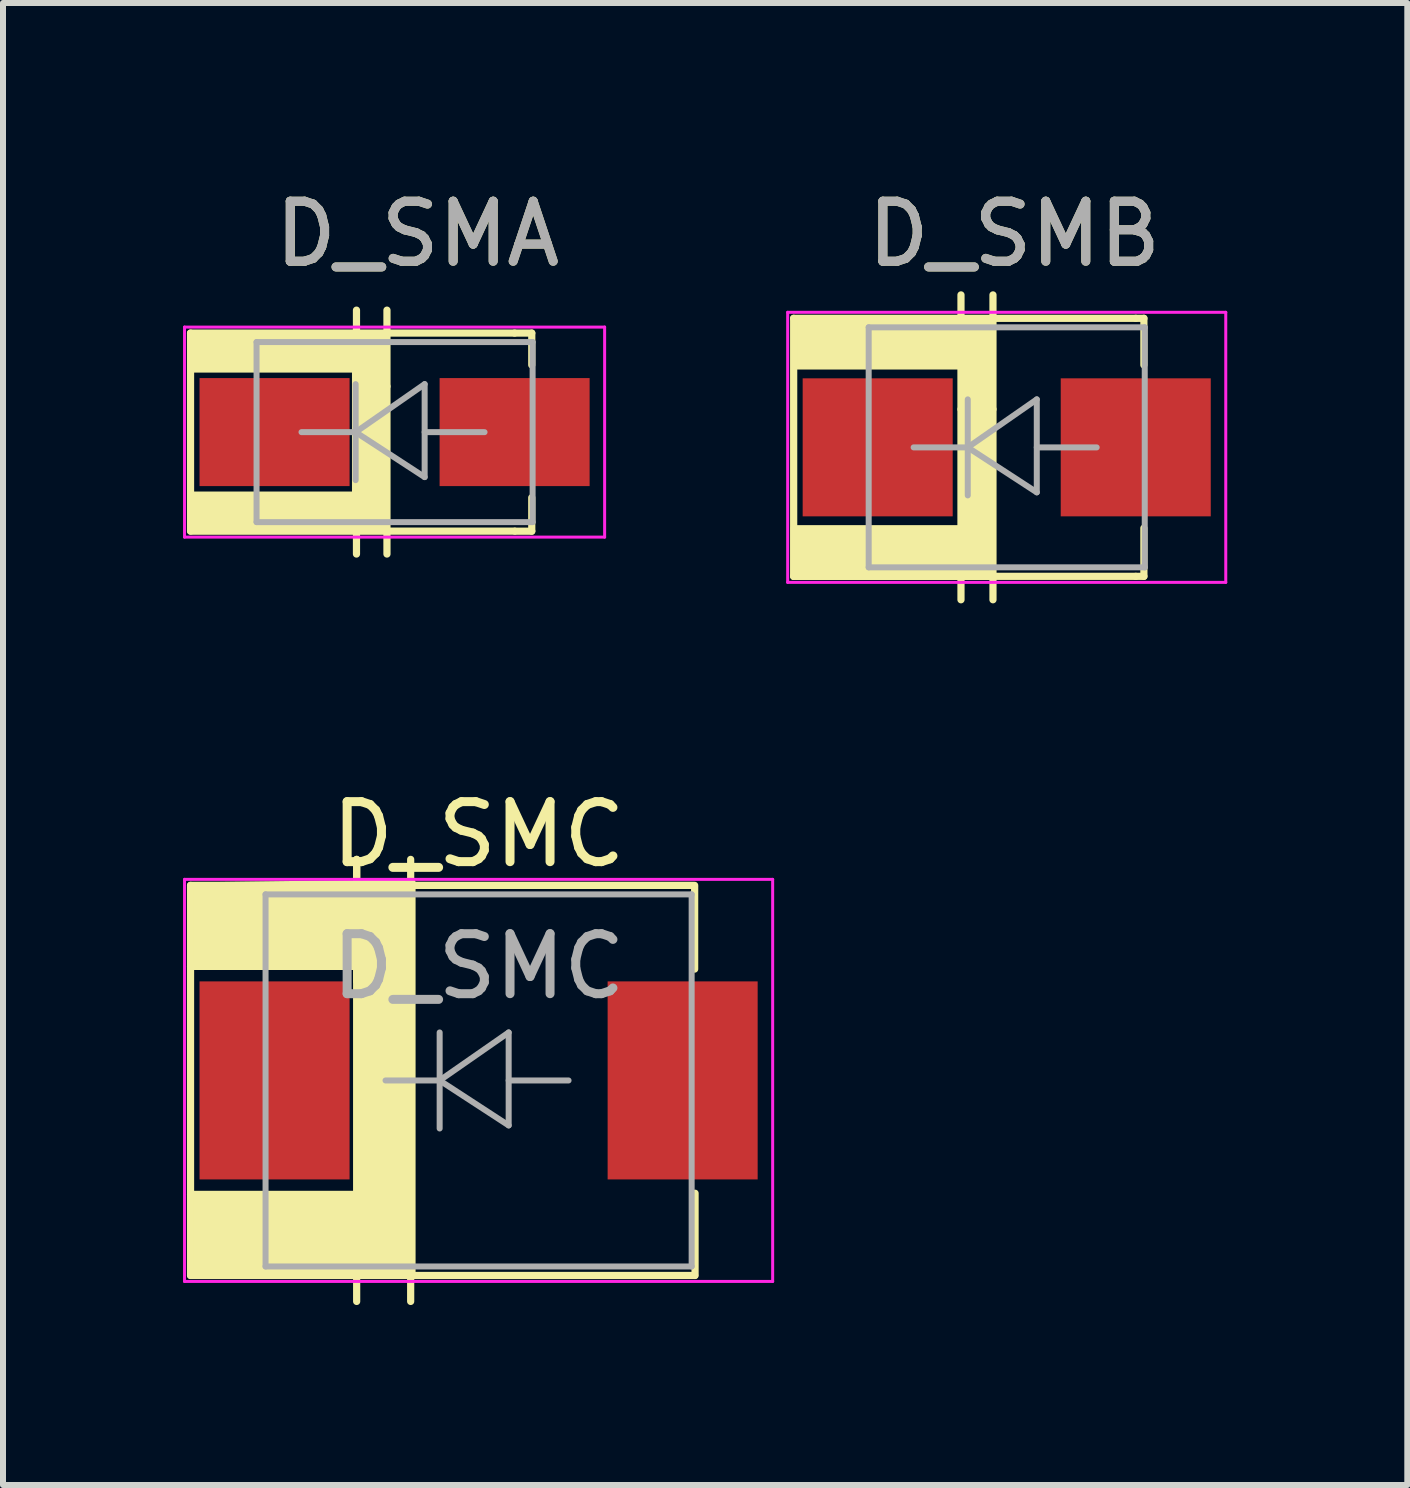
<source format=kicad_pcb>
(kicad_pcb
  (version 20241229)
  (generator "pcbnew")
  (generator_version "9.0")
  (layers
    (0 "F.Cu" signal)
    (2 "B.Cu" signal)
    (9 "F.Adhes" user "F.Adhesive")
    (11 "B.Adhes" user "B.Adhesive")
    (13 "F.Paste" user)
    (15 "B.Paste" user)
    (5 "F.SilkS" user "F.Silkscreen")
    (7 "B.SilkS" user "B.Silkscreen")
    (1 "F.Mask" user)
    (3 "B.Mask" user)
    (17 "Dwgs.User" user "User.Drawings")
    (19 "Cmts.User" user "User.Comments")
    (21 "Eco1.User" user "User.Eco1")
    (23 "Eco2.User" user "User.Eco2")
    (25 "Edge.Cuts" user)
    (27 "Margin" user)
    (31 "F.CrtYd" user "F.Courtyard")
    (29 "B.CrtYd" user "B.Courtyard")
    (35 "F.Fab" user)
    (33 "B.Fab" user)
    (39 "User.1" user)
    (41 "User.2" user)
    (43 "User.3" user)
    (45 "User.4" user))
  (footprint "D_SMA"
    (layer "F.Cu")
    (at 3.525 4.15)
    (property "Reference" "D_SMA" (at 0.381 -3.302 0) (layer "F.SilkS") (effects (font (size 1 1) (thickness 0.15))))
    (attr smd)
    (fp_line (start -3.4 -1.65) (end -3.4 1.65) (stroke (width 0.12) (type solid)) (layer "F.SilkS"))
    (fp_line (start -3.4 -1.65) (end 2 -1.65) (stroke (width 0.12) (type solid)) (layer "F.SilkS"))
    (fp_line (start -3.4 1.65) (end 2 1.65) (stroke (width 0.12) (type solid)) (layer "F.SilkS"))
    (fp_line (start -0.635 -0.762) (end -0.635 -2.032) (stroke (width 0.12) (type solid)) (layer "F.SilkS"))
    (fp_line (start -0.635 -0.762) (end -0.635 2.032) (stroke (width 0.12) (type solid)) (layer "F.SilkS"))
    (fp_line (start -0.127 -0.762) (end -0.127 -2.032) (stroke (width 0.12) (type solid)) (layer "F.SilkS"))
    (fp_line (start -0.127 -0.762) (end -0.127 2.032) (stroke (width 0.12) (type solid)) (layer "F.SilkS"))
    (fp_line (start 2 -1.65) (end 2.286 -1.65) (stroke (width 0.12) (type solid)) (layer "F.SilkS"))
    (fp_line (start 2.007 1.651) (end 2.286 1.651) (stroke (width 0.12) (type solid)) (layer "F.SilkS"))
    (fp_line (start 2.286 -1.65) (end 2.286 -1.118) (stroke (width 0.12) (type solid)) (layer "F.SilkS"))
    (fp_line (start 2.286 1.651) (end 2.286 1.092) (stroke (width 0.12) (type solid)) (layer "F.SilkS"))
    (fp_poly (pts (xy -3.15 1.041) (xy -0.66 1.041) (xy -0.66 -1.041) (xy -3.404 -1.041) (xy -3.404 -1.651) (xy -0.127 -1.651) (xy -0.127 1.651) (xy -3.378 1.651) (xy -3.378 1.041)) (stroke (width 0.1) (type solid)) (fill yes) (layer "F.SilkS"))
    (fp_line (start -3.5 -1.75) (end 3.5 -1.75) (stroke (width 0.05) (type solid)) (layer "F.CrtYd"))
    (fp_line (start -3.5 1.75) (end -3.5 -1.75) (stroke (width 0.05) (type solid)) (layer "F.CrtYd"))
    (fp_line (start 3.5 -1.75) (end 3.5 1.75) (stroke (width 0.05) (type solid)) (layer "F.CrtYd"))
    (fp_line (start 3.5 1.75) (end -3.5 1.75) (stroke (width 0.05) (type solid)) (layer "F.CrtYd"))
    (fp_line (start -2.3 1.5) (end -2.3 -1.5) (stroke (width 0.1) (type solid)) (layer "F.Fab"))
    (fp_line (start -0.649 -0.799) (end -0.649 0.801) (stroke (width 0.1) (type solid)) (layer "F.Fab"))
    (fp_line (start -0.649 0.001) (end -1.551 0.001) (stroke (width 0.1) (type solid)) (layer "F.Fab"))
    (fp_line (start -0.649 0.001) (end 0.501 -0.799) (stroke (width 0.1) (type solid)) (layer "F.Fab"))
    (fp_line (start -0.649 0.001) (end 0.501 0.75) (stroke (width 0.1) (type solid)) (layer "F.Fab"))
    (fp_line (start 0.501 0.001) (end 1.499 0.001) (stroke (width 0.1) (type solid)) (layer "F.Fab"))
    (fp_line (start 0.501 0.75) (end 0.501 -0.799) (stroke (width 0.1) (type solid)) (layer "F.Fab"))
    (fp_line (start 2.3 -1.5) (end -2.3 -1.5) (stroke (width 0.1) (type solid)) (layer "F.Fab"))
    (fp_line (start 2.3 -1.5) (end 2.3 1.5) (stroke (width 0.1) (type solid)) (layer "F.Fab"))
    (fp_line (start 2.3 1.5) (end -2.3 1.5) (stroke (width 0.1) (type solid)) (layer "F.Fab"))
    (fp_text user "${REFERENCE}" (at 0.381 -3.302 0) (layer "F.Fab") (effects (font (size 1 1) (thickness 0.15))))
    (pad "1" smd rect (at -2 0) (size 2.5 1.8) (layers "F.Cu" "F.Mask" "F.Paste"))
    (pad "2" smd rect (at 2 0) (size 2.5 1.8) (layers "F.Cu" "F.Mask" "F.Paste")))
  (footprint "D_SMC"
    (layer "F.Cu")
    (at 4.925 14.953)
    (property "Reference" "D_SMC" (at 0 -4.1 0) (layer "F.SilkS") (effects (font (size 1 1) (thickness 0.15))))
    (attr smd)
    (fp_line (start -4.8 -3.25) (end 3.6 -3.25) (stroke (width 0.12) (type solid)) (layer "F.SilkS"))
    (fp_line (start -4.8 -1.9) (end -2 -1.9) (stroke (width 0.12) (type solid)) (layer "F.SilkS"))
    (fp_line (start -4.8 1.9) (end -2 1.9) (stroke (width 0.12) (type solid)) (layer "F.SilkS"))
    (fp_line (start -4.8 3.25) (end -4.8 -3.25) (stroke (width 0.12) (type solid)) (layer "F.SilkS"))
    (fp_line (start -4.8 3.25) (end 3.6 3.25) (stroke (width 0.12) (type solid)) (layer "F.SilkS"))
    (fp_line (start -2.032 -3.683) (end -2.032 3.683) (stroke (width 0.12) (type solid)) (layer "F.SilkS"))
    (fp_line (start -2.032 -1.651) (end -2.032 -3.683) (stroke (width 0.12) (type solid)) (layer "F.SilkS"))
    (fp_line (start -1.132 -3.683) (end -1.132 3.683) (stroke (width 0.12) (type solid)) (layer "F.SilkS"))
    (fp_line (start 3.6 -3.227) (end 3.6 -1.855) (stroke (width 0.12) (type solid)) (layer "F.SilkS"))
    (fp_line (start 3.607 3.251) (end 3.607 1.88) (stroke (width 0.12) (type solid)) (layer "F.SilkS"))
    (fp_poly (pts (xy -4.8 1.9) (xy -2 1.9) (xy -2 -1.9) (xy -4.8 -1.9) (xy -4.8 -3.25) (xy -1.1 -3.3) (xy -1.1 3.2) (xy -4.8 3.2)) (stroke (width 0.1) (type solid)) (fill yes) (layer "F.SilkS"))
    (fp_line (start -4.9 -3.35) (end 4.9 -3.35) (stroke (width 0.05) (type solid)) (layer "F.CrtYd"))
    (fp_line (start -4.9 3.35) (end -4.9 -3.35) (stroke (width 0.05) (type solid)) (layer "F.CrtYd"))
    (fp_line (start 4.9 -3.35) (end 4.9 3.35) (stroke (width 0.05) (type solid)) (layer "F.CrtYd"))
    (fp_line (start 4.9 3.35) (end -4.9 3.35) (stroke (width 0.05) (type solid)) (layer "F.CrtYd"))
    (fp_line (start -3.55 3.1) (end -3.55 -3.1) (stroke (width 0.1) (type solid)) (layer "F.Fab"))
    (fp_line (start -0.649 -0.799) (end -0.649 0.801) (stroke (width 0.1) (type solid)) (layer "F.Fab"))
    (fp_line (start -0.649 0.001) (end -1.551 0.001) (stroke (width 0.1) (type solid)) (layer "F.Fab"))
    (fp_line (start -0.649 0.001) (end 0.501 -0.799) (stroke (width 0.1) (type solid)) (layer "F.Fab"))
    (fp_line (start -0.649 0.001) (end 0.501 0.75) (stroke (width 0.1) (type solid)) (layer "F.Fab"))
    (fp_line (start 0.501 0.001) (end 1.499 0.001) (stroke (width 0.1) (type solid)) (layer "F.Fab"))
    (fp_line (start 0.501 0.75) (end 0.501 -0.799) (stroke (width 0.1) (type solid)) (layer "F.Fab"))
    (fp_line (start 3.55 -3.1) (end -3.55 -3.1) (stroke (width 0.1) (type solid)) (layer "F.Fab"))
    (fp_line (start 3.55 -3.1) (end 3.55 3.1) (stroke (width 0.1) (type solid)) (layer "F.Fab"))
    (fp_line (start 3.55 3.1) (end -3.55 3.1) (stroke (width 0.1) (type solid)) (layer "F.Fab"))
    (fp_text user "${REFERENCE}" (at 0 -1.9 0) (layer "F.Fab") (effects (font (size 1 1) (thickness 0.15))))
    (pad "1" smd rect (at -3.4 0 90) (size 3.3 2.5) (layers "F.Cu" "F.Mask" "F.Paste"))
    (pad "2" smd rect (at 3.4 0 90) (size 3.3 2.5) (layers "F.Cu" "F.Mask" "F.Paste")))
  (footprint "D_SMB"
    (layer "F.Cu")
    (at 13.725 4.404)
    (property "Reference" "D_SMB" (at 0.127 -3.556 0) (layer "F.SilkS") (effects (font (size 1 1) (thickness 0.15))))
    (attr smd)
    (fp_line (start -3.55 -2.15) (end -3.55 2.15) (stroke (width 0.12) (type solid)) (layer "F.SilkS"))
    (fp_line (start -3.55 -2.15) (end 2.15 -2.15) (stroke (width 0.12) (type solid)) (layer "F.SilkS"))
    (fp_line (start -3.55 2.15) (end 2.15 2.15) (stroke (width 0.12) (type solid)) (layer "F.SilkS"))
    (fp_line (start -0.762 -0.635) (end -0.762 -2.54) (stroke (width 0.12) (type solid)) (layer "F.SilkS"))
    (fp_line (start -0.762 -0.635) (end -0.762 2.54) (stroke (width 0.12) (type solid)) (layer "F.SilkS"))
    (fp_line (start -0.229 -0.635) (end -0.229 -2.54) (stroke (width 0.12) (type solid)) (layer "F.SilkS"))
    (fp_line (start -0.229 -0.635) (end -0.229 2.54) (stroke (width 0.12) (type solid)) (layer "F.SilkS"))
    (fp_line (start 2.15 -2.15) (end 2.286 -2.15) (stroke (width 0.12) (type solid)) (layer "F.SilkS"))
    (fp_line (start 2.15 2.15) (end 2.286 2.15) (stroke (width 0.12) (type solid)) (layer "F.SilkS"))
    (fp_line (start 2.286 -2.15) (end 2.286 -1.372) (stroke (width 0.12) (type solid)) (layer "F.SilkS"))
    (fp_line (start 2.286 2.15) (end 2.286 1.346) (stroke (width 0.12) (type solid)) (layer "F.SilkS"))
    (fp_poly (pts (xy -3.327 1.346) (xy -0.762 1.346) (xy -0.762 -1.346) (xy -3.531 -1.346) (xy -3.531 -2.15) (xy -0.229 -2.15) (xy -0.229 2.159) (xy -3.55 2.159) (xy -3.55 1.346)) (stroke (width 0.1) (type solid)) (fill yes) (layer "F.SilkS"))
    (fp_line (start -3.65 -2.25) (end 3.65 -2.25) (stroke (width 0.05) (type solid)) (layer "F.CrtYd"))
    (fp_line (start -3.65 2.25) (end -3.65 -2.25) (stroke (width 0.05) (type solid)) (layer "F.CrtYd"))
    (fp_line (start 3.65 -2.25) (end 3.65 2.25) (stroke (width 0.05) (type solid)) (layer "F.CrtYd"))
    (fp_line (start 3.65 2.25) (end -3.65 2.25) (stroke (width 0.05) (type solid)) (layer "F.CrtYd"))
    (fp_line (start -2.3 2) (end -2.3 -2) (stroke (width 0.1) (type solid)) (layer "F.Fab"))
    (fp_line (start -0.649 -0.799) (end -0.649 0.801) (stroke (width 0.1) (type solid)) (layer "F.Fab"))
    (fp_line (start -0.649 0.001) (end -1.551 0.001) (stroke (width 0.1) (type solid)) (layer "F.Fab"))
    (fp_line (start -0.649 0.001) (end 0.501 -0.799) (stroke (width 0.1) (type solid)) (layer "F.Fab"))
    (fp_line (start -0.649 0.001) (end 0.501 0.75) (stroke (width 0.1) (type solid)) (layer "F.Fab"))
    (fp_line (start 0.501 0.001) (end 1.499 0.001) (stroke (width 0.1) (type solid)) (layer "F.Fab"))
    (fp_line (start 0.501 0.75) (end 0.501 -0.799) (stroke (width 0.1) (type solid)) (layer "F.Fab"))
    (fp_line (start 2.3 -2) (end -2.3 -2) (stroke (width 0.1) (type solid)) (layer "F.Fab"))
    (fp_line (start 2.3 -2) (end 2.3 2) (stroke (width 0.1) (type solid)) (layer "F.Fab"))
    (fp_line (start 2.3 2) (end -2.3 2) (stroke (width 0.1) (type solid)) (layer "F.Fab"))
    (fp_text user "${REFERENCE}" (at 0.127 -3.556 0) (layer "F.Fab") (effects (font (size 1 1) (thickness 0.15))))
    (pad "1" smd rect (at -2.15 0) (size 2.5 2.3) (layers "F.Cu" "F.Mask" "F.Paste"))
    (pad "2" smd rect (at 2.15 0) (size 2.5 2.3) (layers "F.Cu" "F.Mask" "F.Paste")))
  (gr_rect
    (start -3 -3)
    (end 20.4 21.695)
    (stroke (width 0.1) (type default))
    (fill no)
    (layer "Edge.Cuts")))
</source>
